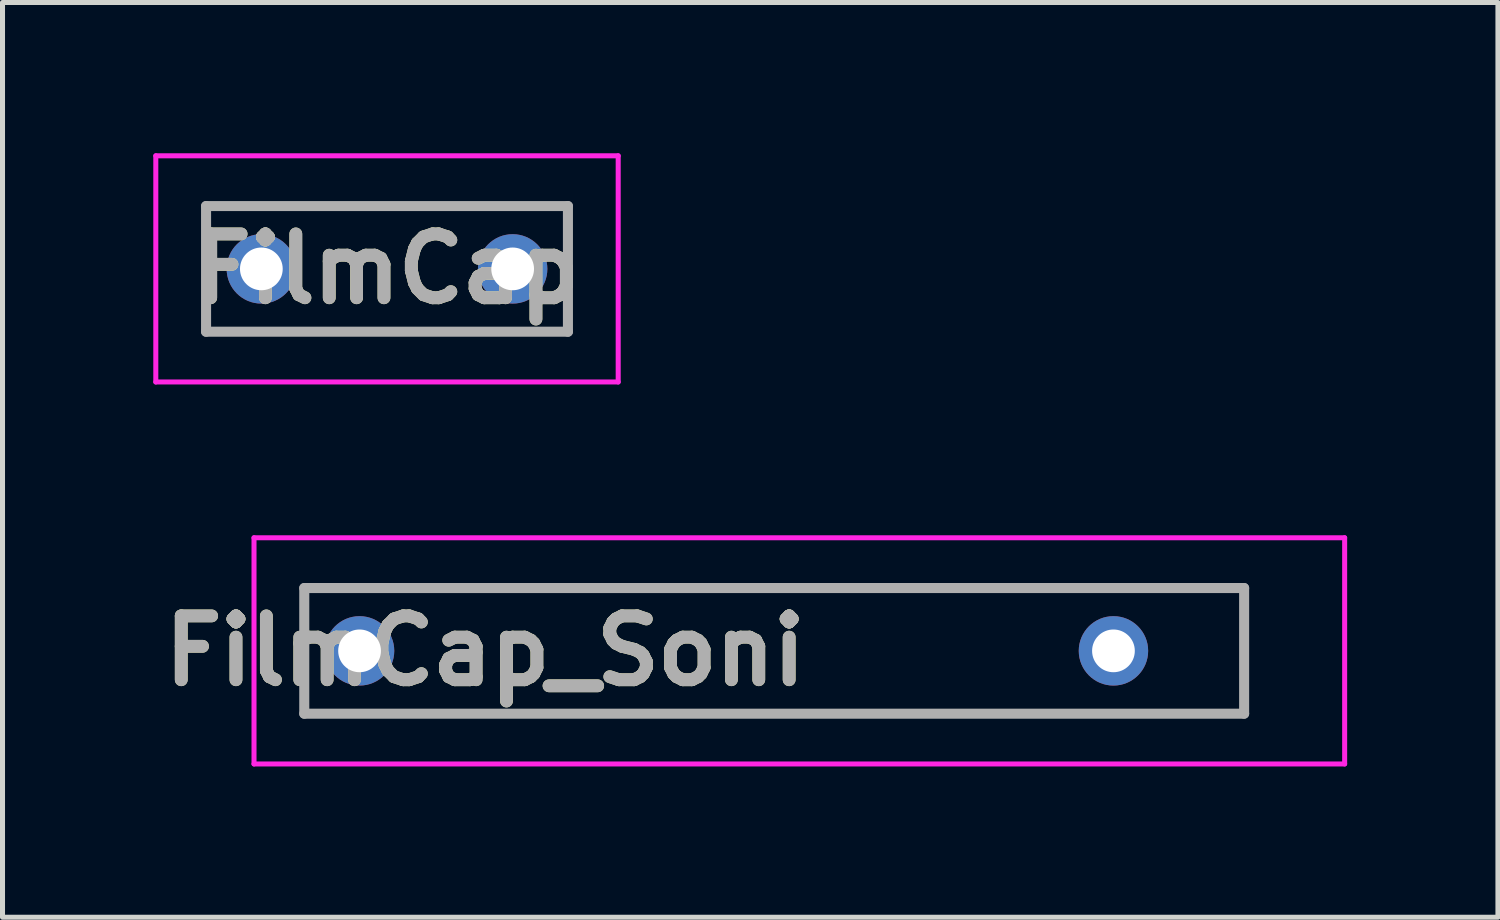
<source format=kicad_pcb>
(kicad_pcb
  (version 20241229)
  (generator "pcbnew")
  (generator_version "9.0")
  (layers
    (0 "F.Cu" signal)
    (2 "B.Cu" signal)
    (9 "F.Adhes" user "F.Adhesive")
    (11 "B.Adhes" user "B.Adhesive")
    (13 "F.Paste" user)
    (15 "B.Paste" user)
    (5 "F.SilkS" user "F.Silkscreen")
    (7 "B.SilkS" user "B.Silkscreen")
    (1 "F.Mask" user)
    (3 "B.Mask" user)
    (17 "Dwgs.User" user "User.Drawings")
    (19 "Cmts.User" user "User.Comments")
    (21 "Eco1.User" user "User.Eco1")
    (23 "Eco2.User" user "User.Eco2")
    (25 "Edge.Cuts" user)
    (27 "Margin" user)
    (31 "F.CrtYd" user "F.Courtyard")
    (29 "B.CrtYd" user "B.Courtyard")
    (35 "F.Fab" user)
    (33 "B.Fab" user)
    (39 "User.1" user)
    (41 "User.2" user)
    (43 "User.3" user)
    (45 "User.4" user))
  (footprint "FilmCap_Soni"
    (layer "F.Cu")
    (at 6.604 9.9)
    (property "Reference" "FilmCap_Soni" (at 0 0 0) (layer "F.SilkS") (effects (font (size 1.27 1.27) (thickness 0.254))))
    (attr through_hole)
    (fp_line (start -3.6 -1.25) (end 15.1 -1.25) (stroke (width 0.1) (type solid)) (layer "F.SilkS"))
    (fp_line (start -3.6 1.25) (end -3.6 -1.25) (stroke (width 0.1) (type solid)) (layer "F.SilkS"))
    (fp_line (start 15.1 -1.25) (end 15.1 1.25) (stroke (width 0.1) (type solid)) (layer "F.SilkS"))
    (fp_line (start 15.1 1.25) (end -3.6 1.25) (stroke (width 0.1) (type solid)) (layer "F.SilkS"))
    (fp_line (start -4.6 -2.25) (end 17.1 -2.25) (stroke (width 0.1) (type solid)) (layer "F.CrtYd"))
    (fp_line (start -4.6 2.25) (end -4.6 -2.25) (stroke (width 0.1) (type solid)) (layer "F.CrtYd"))
    (fp_line (start 17.1 -2.25) (end 17.1 2.25) (stroke (width 0.1) (type solid)) (layer "F.CrtYd"))
    (fp_line (start 17.1 2.25) (end -4.6 2.25) (stroke (width 0.1) (type solid)) (layer "F.CrtYd"))
    (fp_line (start -3.6 -1.25) (end 15.1 -1.25) (stroke (width 0.2) (type solid)) (layer "F.Fab"))
    (fp_line (start -3.6 1.25) (end -3.6 -1.25) (stroke (width 0.2) (type solid)) (layer "F.Fab"))
    (fp_line (start 15.1 -1.25) (end 15.1 1.25) (stroke (width 0.2) (type solid)) (layer "F.Fab"))
    (fp_line (start 15.1 1.25) (end -3.6 1.25) (stroke (width 0.2) (type solid)) (layer "F.Fab"))
    (fp_text user "${REFERENCE}" (at 0 0 0) (layer "F.Fab") (effects (font (size 1.27 1.27) (thickness 0.254))))
    (pad "1" thru_hole circle (at -2.5 0) (size 1.381 1.381) (drill 0.85) (layers "*.Cu" "*.Mask"))
    (pad "2" thru_hole circle (at 12.5 0) (size 1.381 1.381) (drill 0.85) (layers "*.Cu" "*.Mask")))
  (footprint "FilmCap"
    (layer "F.Cu")
    (at 4.65 2.3)
    (property "Reference" "FilmCap" (at 0 0 0) (layer "F.SilkS") (effects (font (size 1.27 1.27) (thickness 0.254))))
    (attr through_hole)
    (fp_line (start -3.6 -1.25) (end 3.6 -1.25) (stroke (width 0.1) (type solid)) (layer "F.SilkS"))
    (fp_line (start -3.6 1.25) (end -3.6 -1.25) (stroke (width 0.1) (type solid)) (layer "F.SilkS"))
    (fp_line (start 3.6 -1.25) (end 3.6 1.25) (stroke (width 0.1) (type solid)) (layer "F.SilkS"))
    (fp_line (start 3.6 1.25) (end -3.6 1.25) (stroke (width 0.1) (type solid)) (layer "F.SilkS"))
    (fp_line (start -4.6 -2.25) (end 4.6 -2.25) (stroke (width 0.1) (type solid)) (layer "F.CrtYd"))
    (fp_line (start -4.6 2.25) (end -4.6 -2.25) (stroke (width 0.1) (type solid)) (layer "F.CrtYd"))
    (fp_line (start 4.6 -2.25) (end 4.6 2.25) (stroke (width 0.1) (type solid)) (layer "F.CrtYd"))
    (fp_line (start 4.6 2.25) (end -4.6 2.25) (stroke (width 0.1) (type solid)) (layer "F.CrtYd"))
    (fp_line (start -3.6 -1.25) (end 3.6 -1.25) (stroke (width 0.2) (type solid)) (layer "F.Fab"))
    (fp_line (start -3.6 1.25) (end -3.6 -1.25) (stroke (width 0.2) (type solid)) (layer "F.Fab"))
    (fp_line (start 3.6 -1.25) (end 3.6 1.25) (stroke (width 0.2) (type solid)) (layer "F.Fab"))
    (fp_line (start 3.6 1.25) (end -3.6 1.25) (stroke (width 0.2) (type solid)) (layer "F.Fab"))
    (fp_text user "${REFERENCE}" (at 0 0 0) (layer "F.Fab") (effects (font (size 1.27 1.27) (thickness 0.254))))
    (pad "1" thru_hole circle (at -2.5 0) (size 1.381 1.381) (drill 0.85) (layers "*.Cu" "*.Mask"))
    (pad "2" thru_hole circle (at 2.5 0) (size 1.381 1.381) (drill 0.85) (layers "*.Cu" "*.Mask")))
  (gr_rect
    (start -3 -3)
    (end 26.754 15.2)
    (stroke (width 0.1) (type default))
    (fill no)
    (layer "Edge.Cuts")))
</source>
